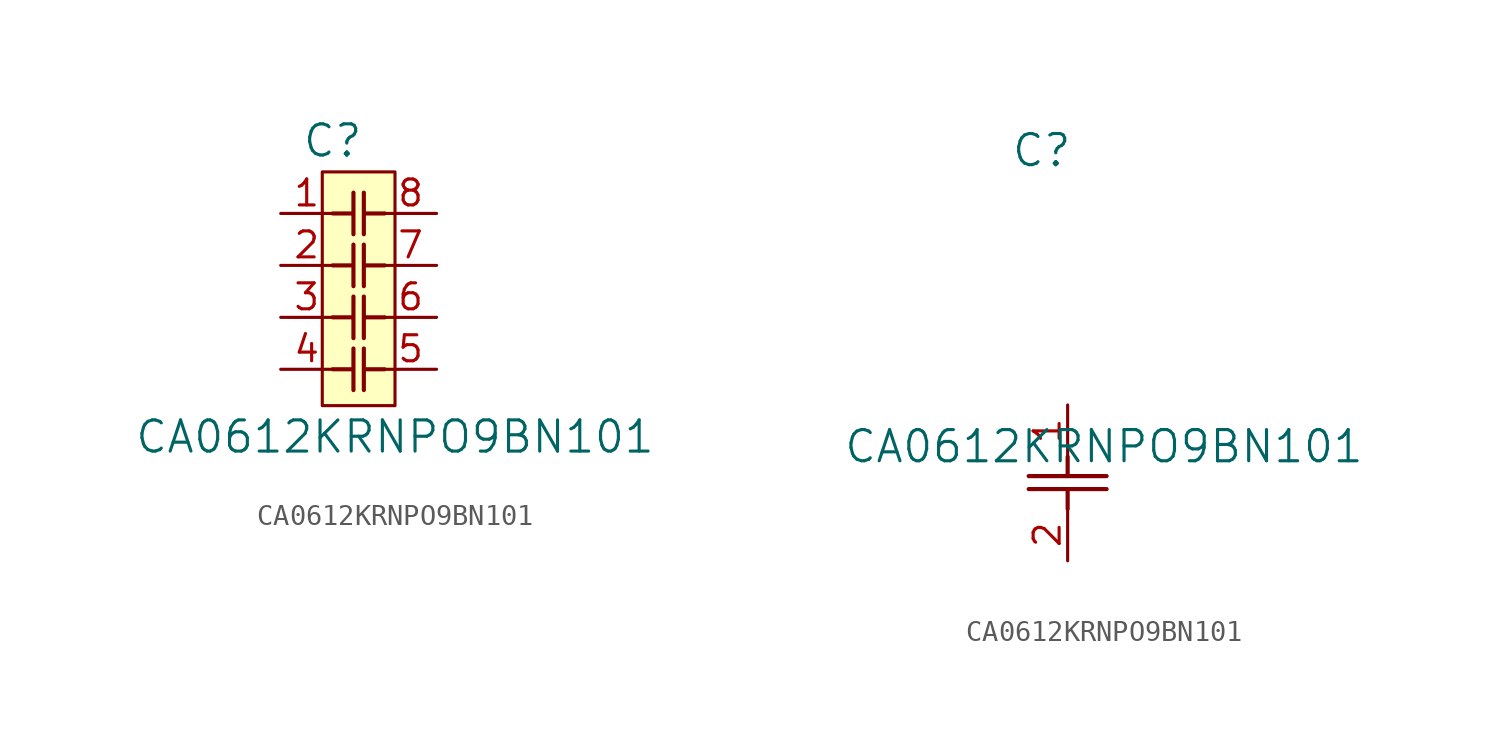
<source format=kicad_sym>
(kicad_symbol_lib
  (version 20241209)
  (generator "kicad_symbol_editor")
  (generator_version "9.0")
  (symbol "CA0612KRNPO9BN101"
    (pin_names
      (offset 0.254))
    (property "Reference" "C"
      (at -1.27 12.446 0)
      (effects (font (size 1.524 1.524))))
    (property "Value" "CA0612KRNPO9BN101"
      (at 1.778 -2.032 0)
      (effects (font (size 1.524 1.524))))
    (property "ki_locked" ""
      (at 0 0 0)
      (effects (font (size 1.27 1.27))))
    (symbol "CA0612KRNPO9BN101_1_1"
      (rectangle (start -1.778 10.922) (end 1.778 -0.508) (stroke (width 0) (type solid)) (fill (type background)))
      (polyline (pts (xy -1.27 8.89) (xy -0.33 8.89)) (stroke (width 0.203) (type default)) (fill (type none)))
      (polyline (pts (xy -1.27 6.35) (xy -0.33 6.35)) (stroke (width 0.203) (type default)) (fill (type none)))
      (polyline (pts (xy -1.27 3.81) (xy -0.33 3.81)) (stroke (width 0.203) (type default)) (fill (type none)))
      (polyline (pts (xy -1.27 1.27) (xy -0.33 1.27)) (stroke (width 0.203) (type default)) (fill (type none)))
      (polyline (pts (xy -0.254 7.874) (xy -0.254 9.906)) (stroke (width 0.203) (type default)) (fill (type none)))
      (polyline (pts (xy -0.254 5.334) (xy -0.254 7.366)) (stroke (width 0.203) (type default)) (fill (type none)))
      (polyline (pts (xy -0.254 2.794) (xy -0.254 4.826)) (stroke (width 0.203) (type default)) (fill (type none)))
      (polyline (pts (xy -0.254 0.254) (xy -0.254 2.286)) (stroke (width 0.203) (type default)) (fill (type none)))
      (polyline (pts (xy 0.254 7.874) (xy 0.254 9.906)) (stroke (width 0.203) (type default)) (fill (type none)))
      (polyline (pts (xy 0.254 5.334) (xy 0.254 7.366)) (stroke (width 0.203) (type default)) (fill (type none)))
      (polyline (pts (xy 0.254 2.794) (xy 0.254 4.826)) (stroke (width 0.203) (type default)) (fill (type none)))
      (polyline (pts (xy 0.254 0.254) (xy 0.254 2.286)) (stroke (width 0.203) (type default)) (fill (type none)))
      (polyline (pts (xy 0.305 8.89) (xy 1.27 8.89)) (stroke (width 0.203) (type default)) (fill (type none)))
      (polyline (pts (xy 0.305 6.35) (xy 1.27 6.35)) (stroke (width 0.203) (type default)) (fill (type none)))
      (polyline (pts (xy 0.305 3.81) (xy 1.27 3.81)) (stroke (width 0.203) (type default)) (fill (type none)))
      (polyline (pts (xy 0.305 1.27) (xy 1.27 1.27)) (stroke (width 0.203) (type default)) (fill (type none)))
      (pin unspecified line (at -3.81 8.89 0) (length 2.54) (name "" (effects (font (size 1.27 1.27)))) (number "1" (effects (font (size 1.27 1.27)))))
      (pin unspecified line (at -3.81 6.35 0) (length 2.54) (name "" (effects (font (size 1.27 1.27)))) (number "2" (effects (font (size 1.27 1.27)))))
      (pin unspecified line (at -3.81 3.81 0) (length 2.54) (name "" (effects (font (size 1.27 1.27)))) (number "3" (effects (font (size 1.27 1.27)))))
      (pin unspecified line (at -3.81 1.27 0) (length 2.54) (name "" (effects (font (size 1.27 1.27)))) (number "4" (effects (font (size 1.27 1.27)))))
      (pin unspecified line (at 3.81 8.89 180) (length 2.54) (name "" (effects (font (size 1.27 1.27)))) (number "8" (effects (font (size 1.27 1.27)))))
      (pin unspecified line (at 3.81 6.35 180) (length 2.54) (name "" (effects (font (size 1.27 1.27)))) (number "7" (effects (font (size 1.27 1.27)))))
      (pin unspecified line (at 3.81 3.81 180) (length 2.54) (name "" (effects (font (size 1.27 1.27)))) (number "6" (effects (font (size 1.27 1.27)))))
      (pin unspecified line (at 3.81 1.27 180) (length 2.54) (name "" (effects (font (size 1.27 1.27)))) (number "5" (effects (font (size 1.27 1.27))))))
    (symbol "CA0612KRNPO9BN101_1_2"
      (polyline (pts (xy -1.905 -3.48) (xy 1.905 -3.48)) (stroke (width 0.203) (type default)) (fill (type none)))
      (polyline (pts (xy -1.905 -4.115) (xy 1.905 -4.115)) (stroke (width 0.203) (type default)) (fill (type none)))
      (polyline (pts (xy 0 -2.54) (xy 0 -3.48)) (stroke (width 0.203) (type default)) (fill (type none)))
      (polyline (pts (xy 0 -4.115) (xy 0 -5.08)) (stroke (width 0.203) (type default)) (fill (type none)))
      (pin unspecified line (at 0 0 270) (length 2.54) (name "" (effects (font (size 1.27 1.27)))) (number "1" (effects (font (size 1.27 1.27)))))
      (pin unspecified line (at 0 -7.62 90) (length 2.54) (name "" (effects (font (size 1.27 1.27)))) (number "2" (effects (font (size 1.27 1.27))))))))
</source>
